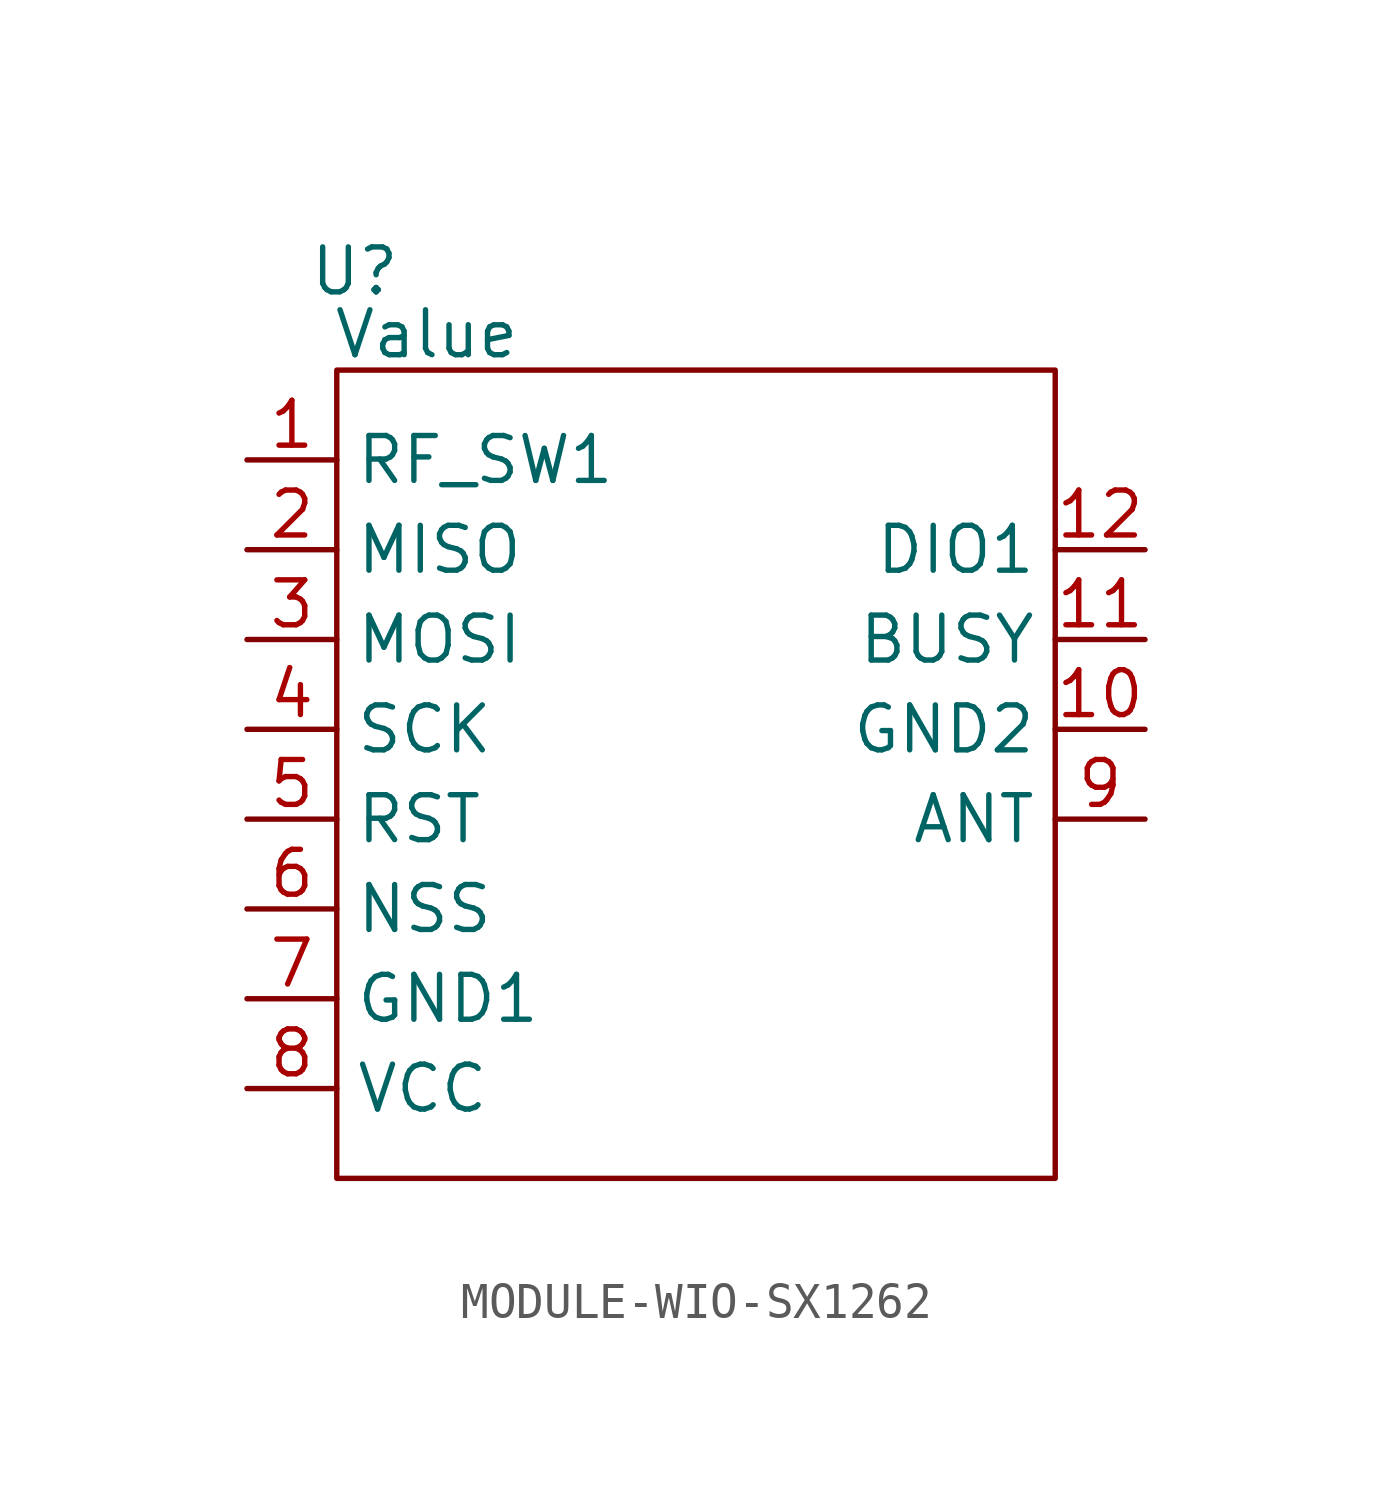
<source format=kicad_sym>
(kicad_symbol_lib
  (version 20241209)
  (generator "kicad_symbol_editor")
  (generator_version "9.0")
  (symbol "MODULE-WIO-SX1262"
    (property "Reference" "U"
      (at -9.652 12.954 0)
      (effects (font (size 1.27 1.27))))
    (property "Value" "Value"
      (at -7.62 11.176 0)
      (effects (font (size 1.27 1.27))))
    (symbol "MODULE-WIO-SX1262_0_1"
      (rectangle (start -10.16 10.16) (end 10.16 -12.7) (stroke (width 0) (type default)) (fill (type none))))
    (symbol "MODULE-WIO-SX1262_1_1"
      (pin passive line (at -12.7 7.62 0) (length 2.54) (name "RF_SW1" (effects (font (size 1.27 1.27)))) (number "1" (effects (font (size 1.27 1.27)))))
      (pin passive line (at -12.7 5.08 0) (length 2.54) (name "MISO" (effects (font (size 1.27 1.27)))) (number "2" (effects (font (size 1.27 1.27)))))
      (pin passive line (at -12.7 2.54 0) (length 2.54) (name "MOSI" (effects (font (size 1.27 1.27)))) (number "3" (effects (font (size 1.27 1.27)))))
      (pin passive line (at -12.7 0 0) (length 2.54) (name "SCK" (effects (font (size 1.27 1.27)))) (number "4" (effects (font (size 1.27 1.27)))))
      (pin passive line (at -12.7 -2.54 0) (length 2.54) (name "RST" (effects (font (size 1.27 1.27)))) (number "5" (effects (font (size 1.27 1.27)))))
      (pin passive line (at -12.7 -5.08 0) (length 2.54) (name "NSS" (effects (font (size 1.27 1.27)))) (number "6" (effects (font (size 1.27 1.27)))))
      (pin passive line (at -12.7 -7.62 0) (length 2.54) (name "GND1" (effects (font (size 1.27 1.27)))) (number "7" (effects (font (size 1.27 1.27)))))
      (pin passive line (at -12.7 -10.16 0) (length 2.54) (name "VCC" (effects (font (size 1.27 1.27)))) (number "8" (effects (font (size 1.27 1.27)))))
      (pin passive line (at 12.7 5.08 180) (length 2.54) (name "DIO1" (effects (font (size 1.27 1.27)))) (number "12" (effects (font (size 1.27 1.27)))))
      (pin passive line (at 12.7 2.54 180) (length 2.54) (name "BUSY" (effects (font (size 1.27 1.27)))) (number "11" (effects (font (size 1.27 1.27)))))
      (pin passive line (at 12.7 0 180) (length 2.54) (name "GND2" (effects (font (size 1.27 1.27)))) (number "10" (effects (font (size 1.27 1.27)))))
      (pin passive line (at 12.7 -2.54 180) (length 2.54) (name "ANT" (effects (font (size 1.27 1.27)))) (number "9" (effects (font (size 1.27 1.27))))))))
</source>
